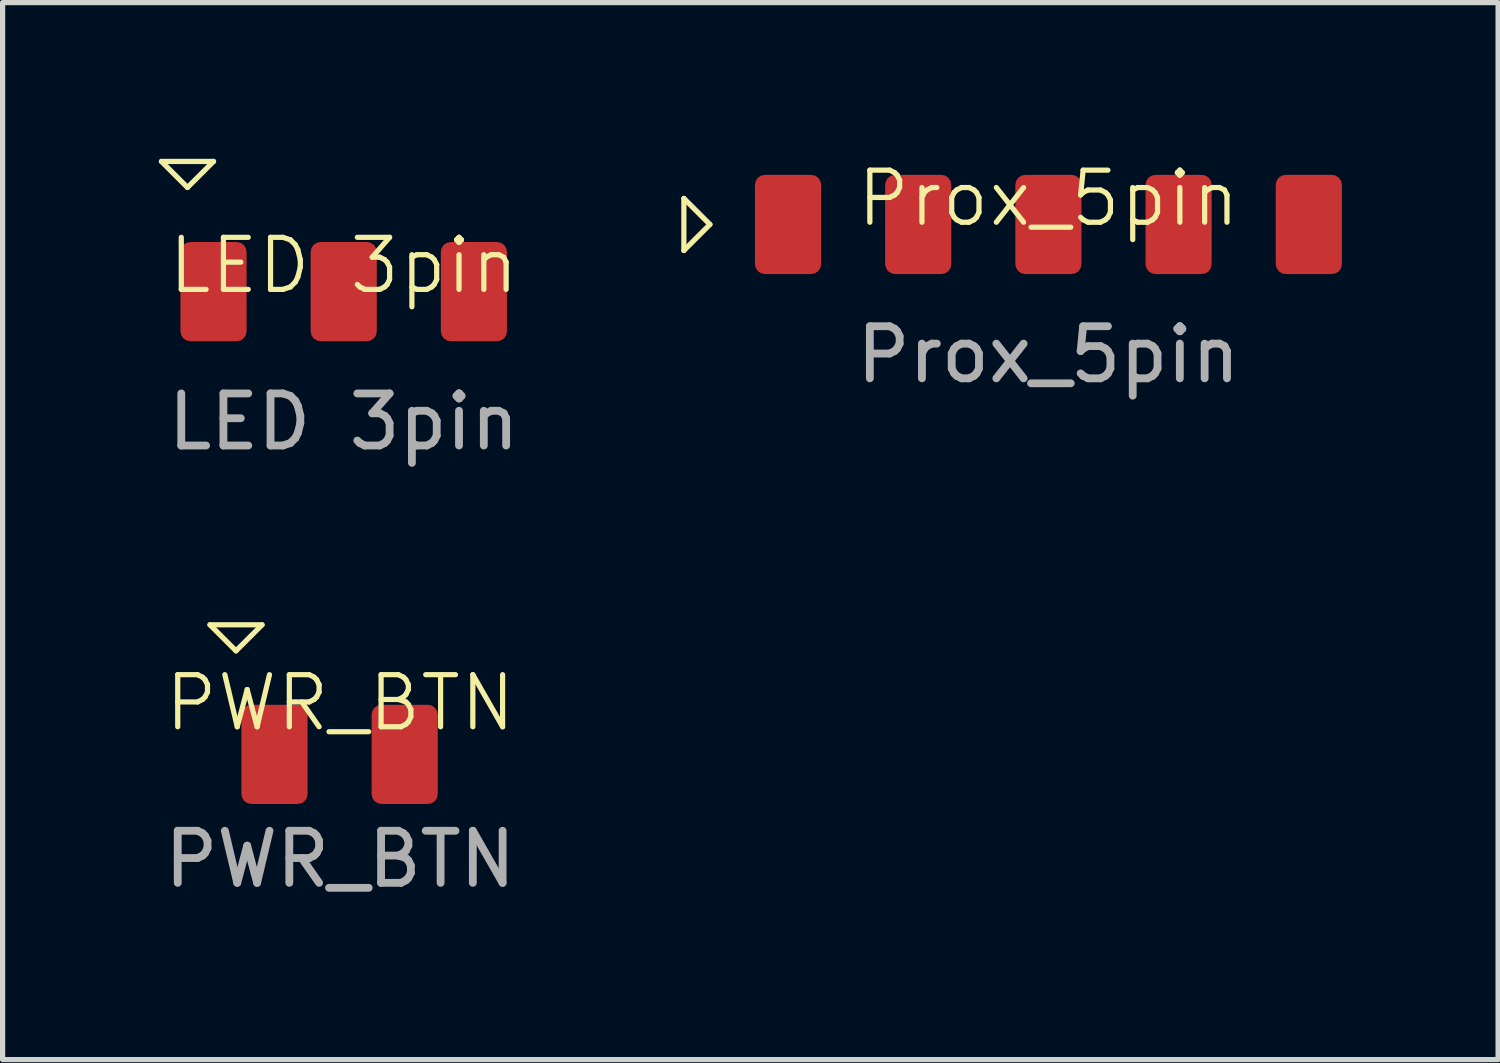
<source format=kicad_pcb>
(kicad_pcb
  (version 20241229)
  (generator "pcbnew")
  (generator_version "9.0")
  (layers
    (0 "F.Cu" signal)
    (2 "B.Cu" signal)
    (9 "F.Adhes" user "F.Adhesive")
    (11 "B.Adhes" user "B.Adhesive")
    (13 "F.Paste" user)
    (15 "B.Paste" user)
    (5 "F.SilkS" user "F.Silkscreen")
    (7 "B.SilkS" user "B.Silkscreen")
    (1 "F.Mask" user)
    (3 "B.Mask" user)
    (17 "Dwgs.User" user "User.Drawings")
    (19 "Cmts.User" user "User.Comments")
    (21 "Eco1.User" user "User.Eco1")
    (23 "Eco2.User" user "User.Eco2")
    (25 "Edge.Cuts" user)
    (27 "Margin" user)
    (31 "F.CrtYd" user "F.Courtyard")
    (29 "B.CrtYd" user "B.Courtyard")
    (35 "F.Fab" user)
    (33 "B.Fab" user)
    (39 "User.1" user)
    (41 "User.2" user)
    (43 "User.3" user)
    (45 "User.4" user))
  (footprint "Prox_5pin"
    (layer "F.Cu")
    (at 17.082 1.26)
    (property "Reference" "Prox_5pin" (at 0 -0.5 0) (unlocked yes) (layer "F.SilkS") (effects (font (size 1 1) (thickness 0.1))))
    (attr smd)
    (fp_line (start -7 -0.5) (end -7 0.5) (stroke (width 0.1) (type default)) (layer "F.SilkS"))
    (fp_line (start -7 0.5) (end -6.5 0) (stroke (width 0.1) (type default)) (layer "F.SilkS"))
    (fp_line (start -6.5 0) (end -7 -0.5) (stroke (width 0.1) (type default)) (layer "F.SilkS"))
    (fp_text user "${REFERENCE}" (at 0 2.5 0) (unlocked yes) (layer "F.Fab") (effects (font (size 1 1) (thickness 0.15))))
    (pad "1" smd roundrect (at -5 0 90) (size 1.905 1.27) (layers "F.Cu" "F.Mask" "F.Paste") (roundrect_rratio 0.15))
    (pad "2" smd roundrect (at -2.5 0 90) (size 1.905 1.27) (layers "F.Cu" "F.Mask" "F.Paste") (roundrect_rratio 0.15))
    (pad "3" smd roundrect (at 0 0 90) (size 1.905 1.27) (layers "F.Cu" "F.Mask" "F.Paste") (roundrect_rratio 0.15))
    (pad "4" smd roundrect (at 2.5 0 90) (size 1.905 1.27) (layers "F.Cu" "F.Mask" "F.Paste") (roundrect_rratio 0.15))
    (pad "5" smd roundrect (at 5 0 90) (size 1.905 1.27) (layers "F.Cu" "F.Mask" "F.Paste") (roundrect_rratio 0.15)))
  (footprint "PWR_BTN"
    (layer "F.Cu")
    (at 3.482 10.948)
    (property "Reference" "PWR_BTN" (at 0 -0.5 0) (unlocked yes) (layer "F.SilkS") (effects (font (size 1 1) (thickness 0.1))))
    (attr smd)
    (fp_line (start -2.5 -2) (end -2 -1.5) (stroke (width 0.1) (type default)) (layer "F.SilkS"))
    (fp_line (start -2 -1.5) (end -1.5 -2) (stroke (width 0.1) (type default)) (layer "F.SilkS"))
    (fp_line (start -1.5 -2) (end -2.5 -2) (stroke (width 0.1) (type default)) (layer "F.SilkS"))
    (fp_text user "${REFERENCE}" (at 0 2.5 0) (unlocked yes) (layer "F.Fab") (effects (font (size 1 1) (thickness 0.15))))
    (pad "1" smd roundrect (at -1.261 0.488 90) (size 1.905 1.27) (layers "F.Cu" "F.Mask" "F.Paste") (roundrect_rratio 0.15))
    (pad "2" smd roundrect (at 1.239 0.488 90) (size 1.905 1.27) (layers "F.Cu" "F.Mask" "F.Paste") (roundrect_rratio 0.15)))
  (footprint "LED 3pin"
    (layer "F.Cu")
    (at 3.55 2.55)
    (property "Reference" "LED 3pin" (at 0 -0.5 0) (unlocked yes) (layer "F.SilkS") (effects (font (size 1 1) (thickness 0.1))))
    (attr smd)
    (fp_line (start -3.5 -2.5) (end -3 -2) (stroke (width 0.1) (type default)) (layer "F.SilkS"))
    (fp_line (start -3 -2) (end -2.5 -2.5) (stroke (width 0.1) (type default)) (layer "F.SilkS"))
    (fp_line (start -2.5 -2.5) (end -3.5 -2.5) (stroke (width 0.1) (type default)) (layer "F.SilkS"))
    (fp_text user "${REFERENCE}" (at 0 2.5 0) (unlocked yes) (layer "F.Fab") (effects (font (size 1 1) (thickness 0.15))))
    (pad "1" smd roundrect (at -2.5 0 90) (size 1.905 1.27) (layers "F.Cu" "F.Mask" "F.Paste") (roundrect_rratio 0.15))
    (pad "2" smd roundrect (at 0 0 90) (size 1.905 1.27) (layers "F.Cu" "F.Mask" "F.Paste") (roundrect_rratio 0.15))
    (pad "3" smd roundrect (at 2.5 0 90) (size 1.905 1.27) (layers "F.Cu" "F.Mask" "F.Paste") (roundrect_rratio 0.15)))
  (gr_rect
    (start -3 -3)
    (end 25.717 17.297)
    (stroke (width 0.1) (type default))
    (fill no)
    (layer "Edge.Cuts")))
</source>
